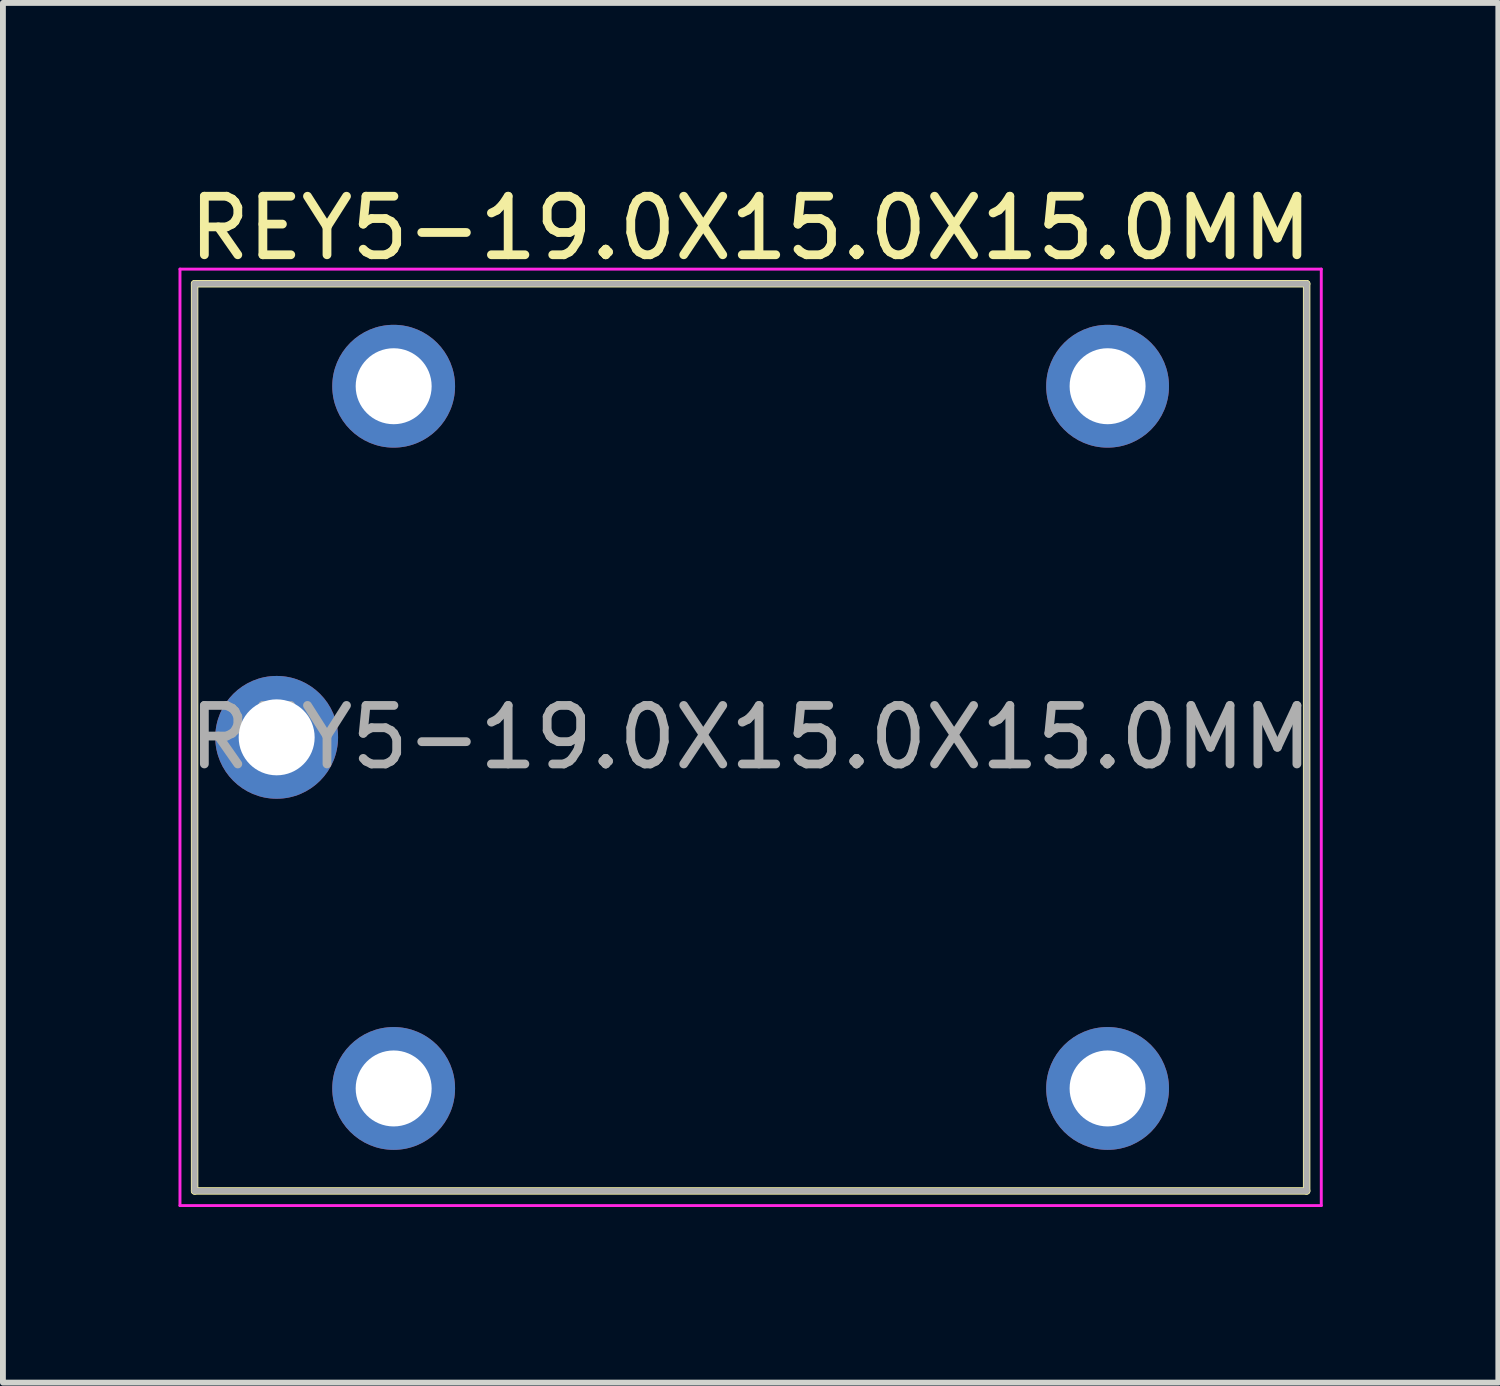
<source format=kicad_pcb>
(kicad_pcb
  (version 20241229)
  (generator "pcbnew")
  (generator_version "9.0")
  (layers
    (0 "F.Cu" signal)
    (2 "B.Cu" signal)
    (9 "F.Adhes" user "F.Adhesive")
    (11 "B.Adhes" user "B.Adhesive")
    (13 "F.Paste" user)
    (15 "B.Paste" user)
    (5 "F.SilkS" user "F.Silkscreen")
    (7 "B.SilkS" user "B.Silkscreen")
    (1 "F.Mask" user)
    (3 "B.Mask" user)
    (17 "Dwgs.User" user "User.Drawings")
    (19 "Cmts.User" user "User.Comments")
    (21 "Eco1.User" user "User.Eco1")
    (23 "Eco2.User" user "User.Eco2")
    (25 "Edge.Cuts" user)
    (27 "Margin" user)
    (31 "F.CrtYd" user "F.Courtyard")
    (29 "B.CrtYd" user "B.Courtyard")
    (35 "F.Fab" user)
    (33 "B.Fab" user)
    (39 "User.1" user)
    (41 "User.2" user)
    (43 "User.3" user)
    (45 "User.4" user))
  (footprint "REY5-19.0X15.0X15.0MM"
    (layer "F.Cu")
    (at 9.775 9.548)
    (property "Reference" "REY5-19.0X15.0X15.0MM" (at 0 -8.7 0) (layer "F.SilkS") (effects (font (size 1 1) (thickness 0.15))))
    (attr exclude_from_pos_files exclude_from_bom)
    (fp_line (start -9.5 -7.75) (end -9.5 7.75) (stroke (width 0.127) (type solid)) (layer "F.SilkS"))
    (fp_line (start -9.5 -7.75) (end 9.5 -7.75) (stroke (width 0.066) (type solid)) (layer "F.SilkS"))
    (fp_line (start -9.5 7.75) (end -9.5 -7.75) (stroke (width 0.066) (type solid)) (layer "F.SilkS"))
    (fp_line (start -9.5 7.75) (end 9.5 7.75) (stroke (width 0.066) (type solid)) (layer "F.SilkS"))
    (fp_line (start -9.5 7.75) (end 9.5 7.75) (stroke (width 0.127) (type solid)) (layer "F.SilkS"))
    (fp_line (start 9.5 -7.75) (end -9.5 -7.75) (stroke (width 0.127) (type solid)) (layer "F.SilkS"))
    (fp_line (start 9.5 7.75) (end 9.5 -7.75) (stroke (width 0.066) (type solid)) (layer "F.SilkS"))
    (fp_line (start 9.5 7.75) (end 9.5 -7.75) (stroke (width 0.127) (type solid)) (layer "F.SilkS"))
    (fp_line (start -9.75 -8) (end -9.75 8) (stroke (width 0.05) (type solid)) (layer "F.CrtYd"))
    (fp_line (start 9.75 -8) (end -9.75 -8) (stroke (width 0.05) (type solid)) (layer "F.CrtYd"))
    (fp_line (start 9.75 -8) (end 9.75 8) (stroke (width 0.05) (type solid)) (layer "F.CrtYd"))
    (fp_line (start 9.75 8) (end -9.75 8) (stroke (width 0.05) (type solid)) (layer "F.CrtYd"))
    (fp_line (start -9.5 -7.75) (end 9.5 -7.75) (stroke (width 0.1) (type solid)) (layer "F.Fab"))
    (fp_line (start -9.5 7.75) (end -9.5 -7.75) (stroke (width 0.1) (type solid)) (layer "F.Fab"))
    (fp_line (start 9.5 -7.75) (end 9.5 7.75) (stroke (width 0.1) (type solid)) (layer "F.Fab"))
    (fp_line (start 9.5 7.75) (end -9.5 7.75) (stroke (width 0.1) (type solid)) (layer "F.Fab"))
    (fp_text user "${REFERENCE}" (at 0 0 0) (layer "F.Fab") (effects (font (size 1 1) (thickness 0.15))))
    (pad "1" thru_hole circle (at -8.098 0) (size 2.098 2.098) (drill 1.298) (layers "*.Cu" "*.Mask"))
    (pad "2" thru_hole circle (at -6.099 5.999) (size 2.098 2.098) (drill 1.298) (layers "*.Cu" "*.Mask"))
    (pad "3" thru_hole circle (at -6.099 -5.999) (size 2.098 2.098) (drill 1.298) (layers "*.Cu" "*.Mask"))
    (pad "4" thru_hole circle (at 6.099 5.999) (size 2.098 2.098) (drill 1.298) (layers "*.Cu" "*.Mask"))
    (pad "5" thru_hole circle (at 6.099 -5.999) (size 2.098 2.098) (drill 1.298) (layers "*.Cu" "*.Mask")))
  (gr_rect
    (start -3 -3)
    (end 22.55 20.573)
    (stroke (width 0.1) (type default))
    (fill no)
    (layer "Edge.Cuts")))
</source>
